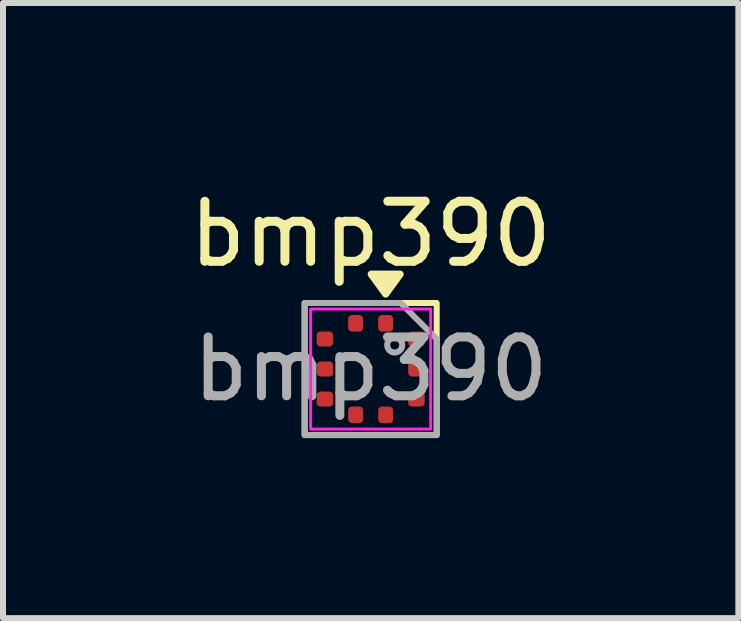
<source format=kicad_pcb>
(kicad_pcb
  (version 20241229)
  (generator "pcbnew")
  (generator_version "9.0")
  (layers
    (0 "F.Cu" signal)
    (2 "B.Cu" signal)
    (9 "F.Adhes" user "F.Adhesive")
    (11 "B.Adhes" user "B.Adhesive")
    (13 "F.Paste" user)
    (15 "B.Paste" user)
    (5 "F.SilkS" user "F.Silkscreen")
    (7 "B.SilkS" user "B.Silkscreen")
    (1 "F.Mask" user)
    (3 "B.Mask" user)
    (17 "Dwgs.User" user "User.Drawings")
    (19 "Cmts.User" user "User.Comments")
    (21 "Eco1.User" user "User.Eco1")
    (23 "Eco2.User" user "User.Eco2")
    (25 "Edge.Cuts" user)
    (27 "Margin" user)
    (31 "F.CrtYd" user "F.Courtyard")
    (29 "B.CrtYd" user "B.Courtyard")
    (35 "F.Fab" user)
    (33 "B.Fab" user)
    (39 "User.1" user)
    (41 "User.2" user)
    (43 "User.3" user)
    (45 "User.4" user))
  (footprint "bmp390"
    (layer "F.Cu")
    (at 3.125 3.098)
    (property "Reference" "bmp390" (at 0 -2.25 0) (layer "F.SilkS") (effects (font (size 1 1) (thickness 0.15))))
    (attr smd)
    (fp_rect (start -1.1 -1.1) (end 1.1 1.1) (stroke (width 0.1) (type default)) (fill no) (layer "F.SilkS"))
    (fp_poly (pts (xy 0.25 -1.25) (xy 0.01 -1.58) (xy 0.49 -1.58) (xy 0.25 -1.25)) (stroke (width 0.12) (type solid)) (fill yes) (layer "F.SilkS"))
    (fp_rect (start -1 -1) (end 1 1) (stroke (width 0.05) (type default)) (fill no) (layer "F.CrtYd"))
    (fp_circle (center 0.4 -0.4) (end 0.525 -0.4) (stroke (width 0.1) (type solid)) (fill no) (layer "F.Fab"))
    (fp_poly (pts (xy -1.1 -1.1) (xy -1.1 1.1) (xy 1.1 1.1) (xy 1.1 -0.5) (xy 0.5 -1.1)) (stroke (width 0.1) (type solid)) (fill no) (layer "F.Fab"))
    (fp_text user "${REFERENCE}" (at 0 0 0) (layer "F.Fab") (effects (font (size 0.98 0.98) (thickness 0.15))))
    (pad "1" smd roundrect (at 0.25 -0.762) (size 0.25 0.275) (layers "F.Cu" "F.Mask" "F.Paste") (roundrect_rratio 0.25))
    (pad "2" smd roundrect (at -0.25 -0.762) (size 0.25 0.275) (layers "F.Cu" "F.Mask" "F.Paste") (roundrect_rratio 0.25))
    (pad "3" smd roundrect (at -0.762 -0.5) (size 0.275 0.25) (layers "F.Cu" "F.Mask" "F.Paste") (roundrect_rratio 0.25))
    (pad "4" smd roundrect (at -0.762 0) (size 0.275 0.25) (layers "F.Cu" "F.Mask" "F.Paste") (roundrect_rratio 0.25))
    (pad "5" smd roundrect (at -0.762 0.5) (size 0.275 0.25) (layers "F.Cu" "F.Mask" "F.Paste") (roundrect_rratio 0.25))
    (pad "6" smd roundrect (at -0.25 0.762) (size 0.25 0.275) (layers "F.Cu" "F.Mask" "F.Paste") (roundrect_rratio 0.25))
    (pad "7" smd roundrect (at 0.25 0.762) (size 0.25 0.275) (layers "F.Cu" "F.Mask" "F.Paste") (roundrect_rratio 0.25))
    (pad "8" smd roundrect (at 0.762 0.5) (size 0.275 0.25) (layers "F.Cu" "F.Mask" "F.Paste") (roundrect_rratio 0.25))
    (pad "9" smd roundrect (at 0.762 0) (size 0.275 0.25) (layers "F.Cu" "F.Mask" "F.Paste") (roundrect_rratio 0.25))
    (pad "10" smd roundrect (at 0.762 -0.5) (size 0.275 0.25) (layers "F.Cu" "F.Mask" "F.Paste") (roundrect_rratio 0.25)))
  (gr_rect
    (start -3 -3)
    (end 9.25 7.248)
    (stroke (width 0.1) (type default))
    (fill no)
    (layer "Edge.Cuts")))
</source>
